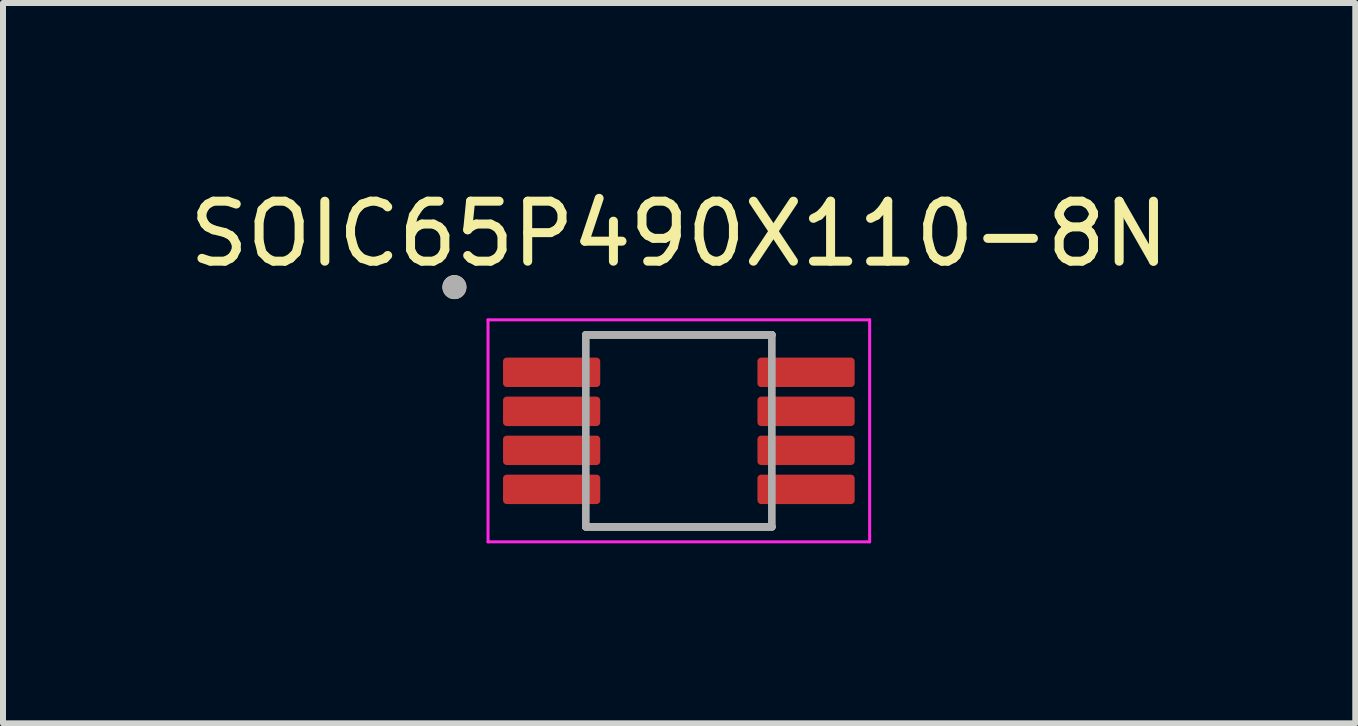
<source format=kicad_pcb>
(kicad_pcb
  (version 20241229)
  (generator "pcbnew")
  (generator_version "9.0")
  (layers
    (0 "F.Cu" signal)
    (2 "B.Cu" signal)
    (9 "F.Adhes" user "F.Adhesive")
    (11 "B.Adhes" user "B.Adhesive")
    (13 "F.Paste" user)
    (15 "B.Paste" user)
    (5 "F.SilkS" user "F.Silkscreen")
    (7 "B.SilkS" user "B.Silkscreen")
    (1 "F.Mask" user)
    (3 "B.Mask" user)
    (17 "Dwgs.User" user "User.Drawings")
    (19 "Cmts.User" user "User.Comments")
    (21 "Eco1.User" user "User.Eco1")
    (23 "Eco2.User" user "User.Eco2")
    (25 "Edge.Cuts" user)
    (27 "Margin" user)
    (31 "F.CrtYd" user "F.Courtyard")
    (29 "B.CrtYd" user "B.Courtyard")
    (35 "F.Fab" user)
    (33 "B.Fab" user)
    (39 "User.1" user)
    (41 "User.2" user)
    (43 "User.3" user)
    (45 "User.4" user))
  (footprint "SOIC65P490X110-8N"
    (layer "F.Cu")
    (at 8.263 4.13)
    (property "Reference" "SOIC65P490X110-8N" (at 0.005 -3.282 0) (layer "F.SilkS") (effects (font (size 1 1) (thickness 0.15))))
    (attr smd)
    (fp_line (start -1.55 -1.6) (end 1.55 -1.6) (stroke (width 0.127) (type solid)) (layer "F.SilkS"))
    (fp_line (start -1.55 1.6) (end 1.55 1.6) (stroke (width 0.127) (type solid)) (layer "F.SilkS"))
    (fp_circle (center -3.74 -2.395) (end -3.64 -2.395) (stroke (width 0.2) (type solid)) (fill no) (layer "F.SilkS"))
    (fp_line (start -3.18 -1.85) (end -3.18 1.85) (stroke (width 0.05) (type solid)) (layer "F.CrtYd"))
    (fp_line (start -3.18 -1.85) (end 3.18 -1.85) (stroke (width 0.05) (type solid)) (layer "F.CrtYd"))
    (fp_line (start -3.18 1.85) (end 3.18 1.85) (stroke (width 0.05) (type solid)) (layer "F.CrtYd"))
    (fp_line (start 3.18 -1.85) (end 3.18 1.85) (stroke (width 0.05) (type solid)) (layer "F.CrtYd"))
    (fp_line (start -1.55 -1.6) (end -1.55 1.6) (stroke (width 0.127) (type solid)) (layer "F.Fab"))
    (fp_line (start -1.55 -1.6) (end 1.55 -1.6) (stroke (width 0.127) (type solid)) (layer "F.Fab"))
    (fp_line (start -1.55 1.6) (end 1.55 1.6) (stroke (width 0.127) (type solid)) (layer "F.Fab"))
    (fp_line (start 1.55 -1.6) (end 1.55 1.6) (stroke (width 0.127) (type solid)) (layer "F.Fab"))
    (fp_circle (center -3.74 -2.395) (end -3.64 -2.395) (stroke (width 0.2) (type solid)) (fill no) (layer "F.Fab"))
    (pad "1" smd roundrect (at -2.12 -0.975) (size 1.62 0.49) (layers "F.Cu" "F.Mask" "F.Paste") (roundrect_rratio 0.125))
    (pad "2" smd roundrect (at -2.12 -0.325) (size 1.62 0.49) (layers "F.Cu" "F.Mask" "F.Paste") (roundrect_rratio 0.125))
    (pad "3" smd roundrect (at -2.12 0.325) (size 1.62 0.49) (layers "F.Cu" "F.Mask" "F.Paste") (roundrect_rratio 0.125))
    (pad "4" smd roundrect (at -2.12 0.975) (size 1.62 0.49) (layers "F.Cu" "F.Mask" "F.Paste") (roundrect_rratio 0.125))
    (pad "5" smd roundrect (at 2.12 0.975) (size 1.62 0.49) (layers "F.Cu" "F.Mask" "F.Paste") (roundrect_rratio 0.125))
    (pad "6" smd roundrect (at 2.12 0.325) (size 1.62 0.49) (layers "F.Cu" "F.Mask" "F.Paste") (roundrect_rratio 0.125))
    (pad "7" smd roundrect (at 2.12 -0.325) (size 1.62 0.49) (layers "F.Cu" "F.Mask" "F.Paste") (roundrect_rratio 0.125))
    (pad "8" smd roundrect (at 2.12 -0.975) (size 1.62 0.49) (layers "F.Cu" "F.Mask" "F.Paste") (roundrect_rratio 0.125)))
  (gr_rect
    (start -3 -3)
    (end 19.536 9.005)
    (stroke (width 0.1) (type default))
    (fill no)
    (layer "Edge.Cuts")))
</source>
